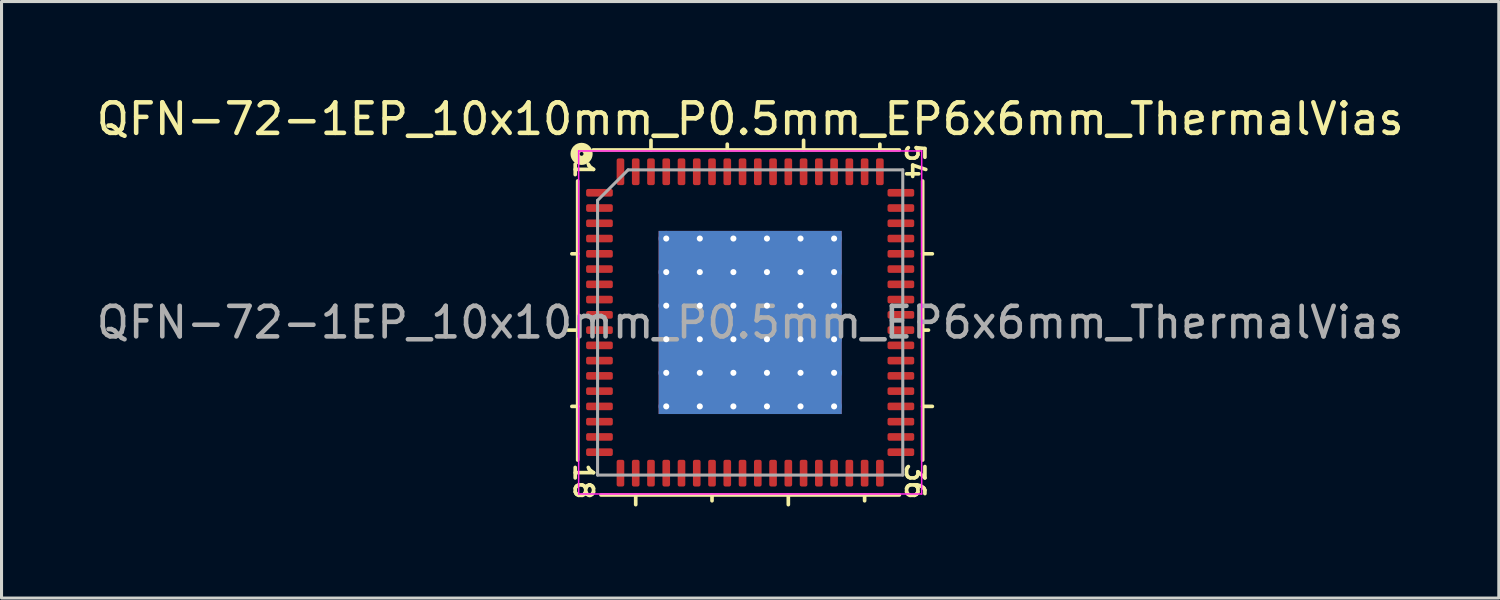
<source format=kicad_pcb>
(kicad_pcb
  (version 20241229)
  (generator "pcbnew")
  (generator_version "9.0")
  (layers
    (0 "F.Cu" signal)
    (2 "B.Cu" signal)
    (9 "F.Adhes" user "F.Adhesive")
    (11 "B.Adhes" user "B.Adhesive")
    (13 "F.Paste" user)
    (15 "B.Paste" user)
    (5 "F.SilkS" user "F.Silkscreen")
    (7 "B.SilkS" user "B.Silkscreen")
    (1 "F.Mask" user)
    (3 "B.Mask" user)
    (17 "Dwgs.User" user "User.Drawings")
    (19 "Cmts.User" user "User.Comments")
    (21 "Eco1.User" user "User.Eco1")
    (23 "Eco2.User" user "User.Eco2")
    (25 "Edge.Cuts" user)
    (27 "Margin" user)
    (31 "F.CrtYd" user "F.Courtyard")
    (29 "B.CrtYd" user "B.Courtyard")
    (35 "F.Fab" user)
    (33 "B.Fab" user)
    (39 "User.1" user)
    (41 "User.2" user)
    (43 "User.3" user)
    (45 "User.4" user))
  (footprint "QFN-72-1EP_10x10mm_P0.5mm_EP6x6mm_ThermalVias"
    (layer "F.Cu")
    (at 21.53 7.516)
    (property "Reference" "QFN-72-1EP_10x10mm_P0.5mm_EP6x6mm_ThermalVias" (at 0 -6.668 0) (layer "F.SilkS") (effects (font (size 1 1) (thickness 0.15))))
    (attr smd)
    (fp_line (start -5.652 -4.636) (end -5.652 4.508) (stroke (width 0.12) (type solid)) (layer "F.SilkS"))
    (fp_line (start -5.652 -2.25) (end -5.842 -2.25) (stroke (width 0.12) (type solid)) (layer "F.SilkS"))
    (fp_line (start -5.652 0.25) (end -5.969 0.25) (stroke (width 0.12) (type solid)) (layer "F.SilkS"))
    (fp_line (start -5.652 2.75) (end -5.842 2.75) (stroke (width 0.12) (type solid)) (layer "F.SilkS"))
    (fp_line (start -4.889 5.652) (end 4.889 5.652) (stroke (width 0.12) (type solid)) (layer "F.SilkS"))
    (fp_line (start -3.75 5.652) (end -3.75 5.969) (stroke (width 0.12) (type solid)) (layer "F.SilkS"))
    (fp_line (start -3.25 -5.652) (end -3.25 -5.969) (stroke (width 0.12) (type solid)) (layer "F.SilkS"))
    (fp_line (start -1.25 5.652) (end -1.25 5.842) (stroke (width 0.12) (type solid)) (layer "F.SilkS"))
    (fp_line (start -0.75 -5.652) (end -0.75 -5.842) (stroke (width 0.12) (type solid)) (layer "F.SilkS"))
    (fp_line (start 1.25 5.652) (end 1.25 5.969) (stroke (width 0.12) (type solid)) (layer "F.SilkS"))
    (fp_line (start 1.75 -5.652) (end 1.75 -5.969) (stroke (width 0.12) (type solid)) (layer "F.SilkS"))
    (fp_line (start 3.75 5.652) (end 3.75 5.842) (stroke (width 0.12) (type solid)) (layer "F.SilkS"))
    (fp_line (start 4.25 -5.652) (end 4.25 -5.842) (stroke (width 0.12) (type solid)) (layer "F.SilkS"))
    (fp_line (start 4.889 -5.652) (end -5.144 -5.652) (stroke (width 0.12) (type solid)) (layer "F.SilkS"))
    (fp_line (start 5.652 -2.25) (end 5.969 -2.25) (stroke (width 0.12) (type solid)) (layer "F.SilkS"))
    (fp_line (start 5.652 0.25) (end 5.842 0.25) (stroke (width 0.12) (type solid)) (layer "F.SilkS"))
    (fp_line (start 5.652 2.75) (end 5.969 2.75) (stroke (width 0.12) (type solid)) (layer "F.SilkS"))
    (fp_line (start 5.652 4.508) (end 5.652 -4.636) (stroke (width 0.12) (type solid)) (layer "F.SilkS"))
    (fp_circle (center -5.524 -5.524) (end -5.461 -5.524) (stroke (width 0.3) (type solid)) (fill no) (layer "F.SilkS"))
    (fp_line (start -5.62 -5.62) (end -5.62 5.62) (stroke (width 0.05) (type solid)) (layer "F.CrtYd"))
    (fp_line (start -5.62 5.62) (end 5.62 5.62) (stroke (width 0.05) (type solid)) (layer "F.CrtYd"))
    (fp_line (start 5.62 -5.62) (end -5.62 -5.62) (stroke (width 0.05) (type solid)) (layer "F.CrtYd"))
    (fp_line (start 5.62 5.62) (end 5.62 -5.62) (stroke (width 0.05) (type solid)) (layer "F.CrtYd"))
    (fp_line (start -5 -4) (end -4 -5) (stroke (width 0.1) (type solid)) (layer "F.Fab"))
    (fp_line (start -5 5) (end -5 -4) (stroke (width 0.1) (type solid)) (layer "F.Fab"))
    (fp_line (start -4 -5) (end 5 -5) (stroke (width 0.1) (type solid)) (layer "F.Fab"))
    (fp_line (start 5 -5) (end 5 5) (stroke (width 0.1) (type solid)) (layer "F.Fab"))
    (fp_line (start 5 5) (end -5 5) (stroke (width 0.1) (type solid)) (layer "F.Fab"))
    (fp_text user "36" (at 5.397 5.207 270) (unlocked yes) (layer "F.SilkS") (effects (font (size 0.6 0.6) (thickness 0.12))))
    (fp_text user "1" (at -5.461 -5.016 270) (unlocked yes) (layer "F.SilkS") (effects (font (size 0.6 0.6) (thickness 0.12))))
    (fp_text user "54" (at 5.397 -5.271 270) (unlocked yes) (layer "F.SilkS") (effects (font (size 0.6 0.6) (thickness 0.12))))
    (fp_text user "18" (at -5.461 5.207 270) (unlocked yes) (layer "F.SilkS") (effects (font (size 0.6 0.6) (thickness 0.12))))
    (fp_text user "${REFERENCE}" (at 0 0 0) (layer "F.Fab") (effects (font (size 1 1) (thickness 0.15))))
    (pad "" smd roundrect (at -2.2 -2.2) (size 0.93 0.93) (layers "F.Paste") (roundrect_rratio 0.25))
    (pad "" smd roundrect (at -2.2 -1.1) (size 0.93 0.93) (layers "F.Paste") (roundrect_rratio 0.25))
    (pad "" smd roundrect (at -2.2 0) (size 0.93 0.93) (layers "F.Paste") (roundrect_rratio 0.25))
    (pad "" smd roundrect (at -2.2 1.1) (size 0.93 0.93) (layers "F.Paste") (roundrect_rratio 0.25))
    (pad "" smd roundrect (at -2.2 2.2) (size 0.93 0.93) (layers "F.Paste") (roundrect_rratio 0.25))
    (pad "" smd roundrect (at -1.1 -2.2) (size 0.93 0.93) (layers "F.Paste") (roundrect_rratio 0.25))
    (pad "" smd roundrect (at -1.1 -1.1) (size 0.93 0.93) (layers "F.Paste") (roundrect_rratio 0.25))
    (pad "" smd roundrect (at -1.1 0) (size 0.93 0.93) (layers "F.Paste") (roundrect_rratio 0.25))
    (pad "" smd roundrect (at -1.1 1.1) (size 0.93 0.93) (layers "F.Paste") (roundrect_rratio 0.25))
    (pad "" smd roundrect (at -1.1 2.2) (size 0.93 0.93) (layers "F.Paste") (roundrect_rratio 0.25))
    (pad "" smd roundrect (at 0 -2.2) (size 0.93 0.93) (layers "F.Paste") (roundrect_rratio 0.25))
    (pad "" smd roundrect (at 0 -1.1) (size 0.93 0.93) (layers "F.Paste") (roundrect_rratio 0.25))
    (pad "" smd roundrect (at 0 0) (size 0.93 0.93) (layers "F.Paste") (roundrect_rratio 0.25))
    (pad "" smd roundrect (at 0 1.1) (size 0.93 0.93) (layers "F.Paste") (roundrect_rratio 0.25))
    (pad "" smd roundrect (at 0 2.2) (size 0.93 0.93) (layers "F.Paste") (roundrect_rratio 0.25))
    (pad "" smd roundrect (at 1.1 -2.2) (size 0.93 0.93) (layers "F.Paste") (roundrect_rratio 0.25))
    (pad "" smd roundrect (at 1.1 -1.1) (size 0.93 0.93) (layers "F.Paste") (roundrect_rratio 0.25))
    (pad "" smd roundrect (at 1.1 0) (size 0.93 0.93) (layers "F.Paste") (roundrect_rratio 0.25))
    (pad "" smd roundrect (at 1.1 1.1) (size 0.93 0.93) (layers "F.Paste") (roundrect_rratio 0.25))
    (pad "" smd roundrect (at 1.1 2.2) (size 0.93 0.93) (layers "F.Paste") (roundrect_rratio 0.25))
    (pad "" smd roundrect (at 2.2 -2.2) (size 0.93 0.93) (layers "F.Paste") (roundrect_rratio 0.25))
    (pad "" smd roundrect (at 2.2 -1.1) (size 0.93 0.93) (layers "F.Paste") (roundrect_rratio 0.25))
    (pad "" smd roundrect (at 2.2 0) (size 0.93 0.93) (layers "F.Paste") (roundrect_rratio 0.25))
    (pad "" smd roundrect (at 2.2 1.1) (size 0.93 0.93) (layers "F.Paste") (roundrect_rratio 0.25))
    (pad "" smd roundrect (at 2.2 2.2) (size 0.93 0.93) (layers "F.Paste") (roundrect_rratio 0.25))
    (pad "1" smd roundrect (at -4.938 -4.25) (size 0.875 0.25) (layers "F.Cu" "F.Mask" "F.Paste") (roundrect_rratio 0.25))
    (pad "2" smd roundrect (at -4.938 -3.75) (size 0.875 0.25) (layers "F.Cu" "F.Mask" "F.Paste") (roundrect_rratio 0.25))
    (pad "3" smd roundrect (at -4.938 -3.25) (size 0.875 0.25) (layers "F.Cu" "F.Mask" "F.Paste") (roundrect_rratio 0.25))
    (pad "4" smd roundrect (at -4.938 -2.75) (size 0.875 0.25) (layers "F.Cu" "F.Mask" "F.Paste") (roundrect_rratio 0.25))
    (pad "5" smd roundrect (at -4.938 -2.25) (size 0.875 0.25) (layers "F.Cu" "F.Mask" "F.Paste") (roundrect_rratio 0.25))
    (pad "6" smd roundrect (at -4.938 -1.75) (size 0.875 0.25) (layers "F.Cu" "F.Mask" "F.Paste") (roundrect_rratio 0.25))
    (pad "7" smd roundrect (at -4.938 -1.25) (size 0.875 0.25) (layers "F.Cu" "F.Mask" "F.Paste") (roundrect_rratio 0.25))
    (pad "8" smd roundrect (at -4.938 -0.75) (size 0.875 0.25) (layers "F.Cu" "F.Mask" "F.Paste") (roundrect_rratio 0.25))
    (pad "9" smd roundrect (at -4.938 -0.25) (size 0.875 0.25) (layers "F.Cu" "F.Mask" "F.Paste") (roundrect_rratio 0.25))
    (pad "10" smd roundrect (at -4.938 0.25) (size 0.875 0.25) (layers "F.Cu" "F.Mask" "F.Paste") (roundrect_rratio 0.25))
    (pad "11" smd roundrect (at -4.938 0.75) (size 0.875 0.25) (layers "F.Cu" "F.Mask" "F.Paste") (roundrect_rratio 0.25))
    (pad "12" smd roundrect (at -4.938 1.25) (size 0.875 0.25) (layers "F.Cu" "F.Mask" "F.Paste") (roundrect_rratio 0.25))
    (pad "13" smd roundrect (at -4.938 1.75) (size 0.875 0.25) (layers "F.Cu" "F.Mask" "F.Paste") (roundrect_rratio 0.25))
    (pad "14" smd roundrect (at -4.938 2.25) (size 0.875 0.25) (layers "F.Cu" "F.Mask" "F.Paste") (roundrect_rratio 0.25))
    (pad "15" smd roundrect (at -4.938 2.75) (size 0.875 0.25) (layers "F.Cu" "F.Mask" "F.Paste") (roundrect_rratio 0.25))
    (pad "16" smd roundrect (at -4.938 3.25) (size 0.875 0.25) (layers "F.Cu" "F.Mask" "F.Paste") (roundrect_rratio 0.25))
    (pad "17" smd roundrect (at -4.938 3.75) (size 0.875 0.25) (layers "F.Cu" "F.Mask" "F.Paste") (roundrect_rratio 0.25))
    (pad "18" smd roundrect (at -4.938 4.25) (size 0.875 0.25) (layers "F.Cu" "F.Mask" "F.Paste") (roundrect_rratio 0.25))
    (pad "19" smd roundrect (at -4.25 4.938) (size 0.25 0.875) (layers "F.Cu" "F.Mask" "F.Paste") (roundrect_rratio 0.25))
    (pad "20" smd roundrect (at -3.75 4.938) (size 0.25 0.875) (layers "F.Cu" "F.Mask" "F.Paste") (roundrect_rratio 0.25))
    (pad "21" smd roundrect (at -3.25 4.938) (size 0.25 0.875) (layers "F.Cu" "F.Mask" "F.Paste") (roundrect_rratio 0.25))
    (pad "22" smd roundrect (at -2.75 4.938) (size 0.25 0.875) (layers "F.Cu" "F.Mask" "F.Paste") (roundrect_rratio 0.25))
    (pad "23" smd roundrect (at -2.25 4.938) (size 0.25 0.875) (layers "F.Cu" "F.Mask" "F.Paste") (roundrect_rratio 0.25))
    (pad "24" smd roundrect (at -1.75 4.938) (size 0.25 0.875) (layers "F.Cu" "F.Mask" "F.Paste") (roundrect_rratio 0.25))
    (pad "25" smd roundrect (at -1.25 4.938) (size 0.25 0.875) (layers "F.Cu" "F.Mask" "F.Paste") (roundrect_rratio 0.25))
    (pad "26" smd roundrect (at -0.75 4.938) (size 0.25 0.875) (layers "F.Cu" "F.Mask" "F.Paste") (roundrect_rratio 0.25))
    (pad "27" smd roundrect (at -0.25 4.938) (size 0.25 0.875) (layers "F.Cu" "F.Mask" "F.Paste") (roundrect_rratio 0.25))
    (pad "28" smd roundrect (at 0.25 4.938) (size 0.25 0.875) (layers "F.Cu" "F.Mask" "F.Paste") (roundrect_rratio 0.25))
    (pad "29" smd roundrect (at 0.75 4.938) (size 0.25 0.875) (layers "F.Cu" "F.Mask" "F.Paste") (roundrect_rratio 0.25))
    (pad "30" smd roundrect (at 1.25 4.938) (size 0.25 0.875) (layers "F.Cu" "F.Mask" "F.Paste") (roundrect_rratio 0.25))
    (pad "31" smd roundrect (at 1.75 4.938) (size 0.25 0.875) (layers "F.Cu" "F.Mask" "F.Paste") (roundrect_rratio 0.25))
    (pad "32" smd roundrect (at 2.25 4.938) (size 0.25 0.875) (layers "F.Cu" "F.Mask" "F.Paste") (roundrect_rratio 0.25))
    (pad "33" smd roundrect (at 2.75 4.938) (size 0.25 0.875) (layers "F.Cu" "F.Mask" "F.Paste") (roundrect_rratio 0.25))
    (pad "34" smd roundrect (at 3.25 4.938) (size 0.25 0.875) (layers "F.Cu" "F.Mask" "F.Paste") (roundrect_rratio 0.25))
    (pad "35" smd roundrect (at 3.75 4.938) (size 0.25 0.875) (layers "F.Cu" "F.Mask" "F.Paste") (roundrect_rratio 0.25))
    (pad "36" smd roundrect (at 4.25 4.938) (size 0.25 0.875) (layers "F.Cu" "F.Mask" "F.Paste") (roundrect_rratio 0.25))
    (pad "37" smd roundrect (at 4.938 4.25) (size 0.875 0.25) (layers "F.Cu" "F.Mask" "F.Paste") (roundrect_rratio 0.25))
    (pad "38" smd roundrect (at 4.938 3.75) (size 0.875 0.25) (layers "F.Cu" "F.Mask" "F.Paste") (roundrect_rratio 0.25))
    (pad "39" smd roundrect (at 4.938 3.25) (size 0.875 0.25) (layers "F.Cu" "F.Mask" "F.Paste") (roundrect_rratio 0.25))
    (pad "40" smd roundrect (at 4.938 2.75) (size 0.875 0.25) (layers "F.Cu" "F.Mask" "F.Paste") (roundrect_rratio 0.25))
    (pad "41" smd roundrect (at 4.938 2.25) (size 0.875 0.25) (layers "F.Cu" "F.Mask" "F.Paste") (roundrect_rratio 0.25))
    (pad "42" smd roundrect (at 4.938 1.75) (size 0.875 0.25) (layers "F.Cu" "F.Mask" "F.Paste") (roundrect_rratio 0.25))
    (pad "43" smd roundrect (at 4.938 1.25) (size 0.875 0.25) (layers "F.Cu" "F.Mask" "F.Paste") (roundrect_rratio 0.25))
    (pad "44" smd roundrect (at 4.938 0.75) (size 0.875 0.25) (layers "F.Cu" "F.Mask" "F.Paste") (roundrect_rratio 0.25))
    (pad "45" smd roundrect (at 4.938 0.25) (size 0.875 0.25) (layers "F.Cu" "F.Mask" "F.Paste") (roundrect_rratio 0.25))
    (pad "46" smd roundrect (at 4.938 -0.25) (size 0.875 0.25) (layers "F.Cu" "F.Mask" "F.Paste") (roundrect_rratio 0.25))
    (pad "47" smd roundrect (at 4.938 -0.75) (size 0.875 0.25) (layers "F.Cu" "F.Mask" "F.Paste") (roundrect_rratio 0.25))
    (pad "48" smd roundrect (at 4.938 -1.25) (size 0.875 0.25) (layers "F.Cu" "F.Mask" "F.Paste") (roundrect_rratio 0.25))
    (pad "49" smd roundrect (at 4.938 -1.75) (size 0.875 0.25) (layers "F.Cu" "F.Mask" "F.Paste") (roundrect_rratio 0.25))
    (pad "50" smd roundrect (at 4.938 -2.25) (size 0.875 0.25) (layers "F.Cu" "F.Mask" "F.Paste") (roundrect_rratio 0.25))
    (pad "51" smd roundrect (at 4.938 -2.75) (size 0.875 0.25) (layers "F.Cu" "F.Mask" "F.Paste") (roundrect_rratio 0.25))
    (pad "52" smd roundrect (at 4.938 -3.25) (size 0.875 0.25) (layers "F.Cu" "F.Mask" "F.Paste") (roundrect_rratio 0.25))
    (pad "53" smd roundrect (at 4.938 -3.75) (size 0.875 0.25) (layers "F.Cu" "F.Mask" "F.Paste") (roundrect_rratio 0.25))
    (pad "54" smd roundrect (at 4.938 -4.25) (size 0.875 0.25) (layers "F.Cu" "F.Mask" "F.Paste") (roundrect_rratio 0.25))
    (pad "55" smd roundrect (at 4.25 -4.938) (size 0.25 0.875) (layers "F.Cu" "F.Mask" "F.Paste") (roundrect_rratio 0.25))
    (pad "56" smd roundrect (at 3.75 -4.938) (size 0.25 0.875) (layers "F.Cu" "F.Mask" "F.Paste") (roundrect_rratio 0.25))
    (pad "57" smd roundrect (at 3.25 -4.938) (size 0.25 0.875) (layers "F.Cu" "F.Mask" "F.Paste") (roundrect_rratio 0.25))
    (pad "58" smd roundrect (at 2.75 -4.938) (size 0.25 0.875) (layers "F.Cu" "F.Mask" "F.Paste") (roundrect_rratio 0.25))
    (pad "59" smd roundrect (at 2.25 -4.938) (size 0.25 0.875) (layers "F.Cu" "F.Mask" "F.Paste") (roundrect_rratio 0.25))
    (pad "60" smd roundrect (at 1.75 -4.938) (size 0.25 0.875) (layers "F.Cu" "F.Mask" "F.Paste") (roundrect_rratio 0.25))
    (pad "61" smd roundrect (at 1.25 -4.938) (size 0.25 0.875) (layers "F.Cu" "F.Mask" "F.Paste") (roundrect_rratio 0.25))
    (pad "62" smd roundrect (at 0.75 -4.938) (size 0.25 0.875) (layers "F.Cu" "F.Mask" "F.Paste") (roundrect_rratio 0.25))
    (pad "63" smd roundrect (at 0.25 -4.938) (size 0.25 0.875) (layers "F.Cu" "F.Mask" "F.Paste") (roundrect_rratio 0.25))
    (pad "64" smd roundrect (at -0.25 -4.938) (size 0.25 0.875) (layers "F.Cu" "F.Mask" "F.Paste") (roundrect_rratio 0.25))
    (pad "65" smd roundrect (at -0.75 -4.938) (size 0.25 0.875) (layers "F.Cu" "F.Mask" "F.Paste") (roundrect_rratio 0.25))
    (pad "66" smd roundrect (at -1.25 -4.938) (size 0.25 0.875) (layers "F.Cu" "F.Mask" "F.Paste") (roundrect_rratio 0.25))
    (pad "67" smd roundrect (at -1.75 -4.938) (size 0.25 0.875) (layers "F.Cu" "F.Mask" "F.Paste") (roundrect_rratio 0.25))
    (pad "68" smd roundrect (at -2.25 -4.938) (size 0.25 0.875) (layers "F.Cu" "F.Mask" "F.Paste") (roundrect_rratio 0.25))
    (pad "69" smd roundrect (at -2.75 -4.938) (size 0.25 0.875) (layers "F.Cu" "F.Mask" "F.Paste") (roundrect_rratio 0.25))
    (pad "70" smd roundrect (at -3.25 -4.938) (size 0.25 0.875) (layers "F.Cu" "F.Mask" "F.Paste") (roundrect_rratio 0.25))
    (pad "71" smd roundrect (at -3.75 -4.938) (size 0.25 0.875) (layers "F.Cu" "F.Mask" "F.Paste") (roundrect_rratio 0.25))
    (pad "72" smd roundrect (at -4.25 -4.938) (size 0.25 0.875) (layers "F.Cu" "F.Mask" "F.Paste") (roundrect_rratio 0.25))
    (pad "73" thru_hole circle (at -2.75 -2.75) (size 0.5 0.5) (drill 0.2) (layers "*.Cu"))
    (pad "73" thru_hole circle (at -2.75 -1.65) (size 0.5 0.5) (drill 0.2) (layers "*.Cu"))
    (pad "73" thru_hole circle (at -2.75 -0.55) (size 0.5 0.5) (drill 0.2) (layers "*.Cu"))
    (pad "73" thru_hole circle (at -2.75 0.55) (size 0.5 0.5) (drill 0.2) (layers "*.Cu"))
    (pad "73" thru_hole circle (at -2.75 1.65) (size 0.5 0.5) (drill 0.2) (layers "*.Cu"))
    (pad "73" thru_hole circle (at -2.75 2.75) (size 0.5 0.5) (drill 0.2) (layers "*.Cu"))
    (pad "73" thru_hole circle (at -1.65 -2.75) (size 0.5 0.5) (drill 0.2) (layers "*.Cu"))
    (pad "73" thru_hole circle (at -1.65 -1.65) (size 0.5 0.5) (drill 0.2) (layers "*.Cu"))
    (pad "73" thru_hole circle (at -1.65 -0.55) (size 0.5 0.5) (drill 0.2) (layers "*.Cu"))
    (pad "73" thru_hole circle (at -1.65 0.55) (size 0.5 0.5) (drill 0.2) (layers "*.Cu"))
    (pad "73" thru_hole circle (at -1.65 1.65) (size 0.5 0.5) (drill 0.2) (layers "*.Cu"))
    (pad "73" thru_hole circle (at -1.65 2.75) (size 0.5 0.5) (drill 0.2) (layers "*.Cu"))
    (pad "73" thru_hole circle (at -0.55 -2.75) (size 0.5 0.5) (drill 0.2) (layers "*.Cu"))
    (pad "73" thru_hole circle (at -0.55 -1.65) (size 0.5 0.5) (drill 0.2) (layers "*.Cu"))
    (pad "73" thru_hole circle (at -0.55 -0.55) (size 0.5 0.5) (drill 0.2) (layers "*.Cu"))
    (pad "73" thru_hole circle (at -0.55 0.55) (size 0.5 0.5) (drill 0.2) (layers "*.Cu"))
    (pad "73" thru_hole circle (at -0.55 1.65) (size 0.5 0.5) (drill 0.2) (layers "*.Cu"))
    (pad "73" thru_hole circle (at -0.55 2.75) (size 0.5 0.5) (drill 0.2) (layers "*.Cu"))
    (pad "73" smd rect (at 0 0) (size 6 6) (layers "F.Cu" "F.Mask"))
    (pad "73" smd rect (at 0 0) (size 6 6) (layers "B.Cu" "B.Mask"))
    (pad "73" thru_hole circle (at 0.55 -2.75) (size 0.5 0.5) (drill 0.2) (layers "*.Cu"))
    (pad "73" thru_hole circle (at 0.55 -1.65) (size 0.5 0.5) (drill 0.2) (layers "*.Cu"))
    (pad "73" thru_hole circle (at 0.55 -0.55) (size 0.5 0.5) (drill 0.2) (layers "*.Cu"))
    (pad "73" thru_hole circle (at 0.55 0.55) (size 0.5 0.5) (drill 0.2) (layers "*.Cu"))
    (pad "73" thru_hole circle (at 0.55 1.65) (size 0.5 0.5) (drill 0.2) (layers "*.Cu"))
    (pad "73" thru_hole circle (at 0.55 2.75) (size 0.5 0.5) (drill 0.2) (layers "*.Cu"))
    (pad "73" thru_hole circle (at 1.65 -2.75) (size 0.5 0.5) (drill 0.2) (layers "*.Cu"))
    (pad "73" thru_hole circle (at 1.65 -1.65) (size 0.5 0.5) (drill 0.2) (layers "*.Cu"))
    (pad "73" thru_hole circle (at 1.65 -0.55) (size 0.5 0.5) (drill 0.2) (layers "*.Cu"))
    (pad "73" thru_hole circle (at 1.65 0.55) (size 0.5 0.5) (drill 0.2) (layers "*.Cu"))
    (pad "73" thru_hole circle (at 1.65 1.65) (size 0.5 0.5) (drill 0.2) (layers "*.Cu"))
    (pad "73" thru_hole circle (at 1.65 2.75) (size 0.5 0.5) (drill 0.2) (layers "*.Cu"))
    (pad "73" thru_hole circle (at 2.75 -2.75) (size 0.5 0.5) (drill 0.2) (layers "*.Cu"))
    (pad "73" thru_hole circle (at 2.75 -1.65) (size 0.5 0.5) (drill 0.2) (layers "*.Cu"))
    (pad "73" thru_hole circle (at 2.75 -0.55) (size 0.5 0.5) (drill 0.2) (layers "*.Cu"))
    (pad "73" thru_hole circle (at 2.75 0.55) (size 0.5 0.5) (drill 0.2) (layers "*.Cu"))
    (pad "73" thru_hole circle (at 2.75 1.65) (size 0.5 0.5) (drill 0.2) (layers "*.Cu"))
    (pad "73" thru_hole circle (at 2.75 2.75) (size 0.5 0.5) (drill 0.2) (layers "*.Cu")))
  (gr_rect
    (start -3 -3)
    (end 46.06 16.545)
    (stroke (width 0.1) (type default))
    (fill no)
    (layer "Edge.Cuts")))
</source>
